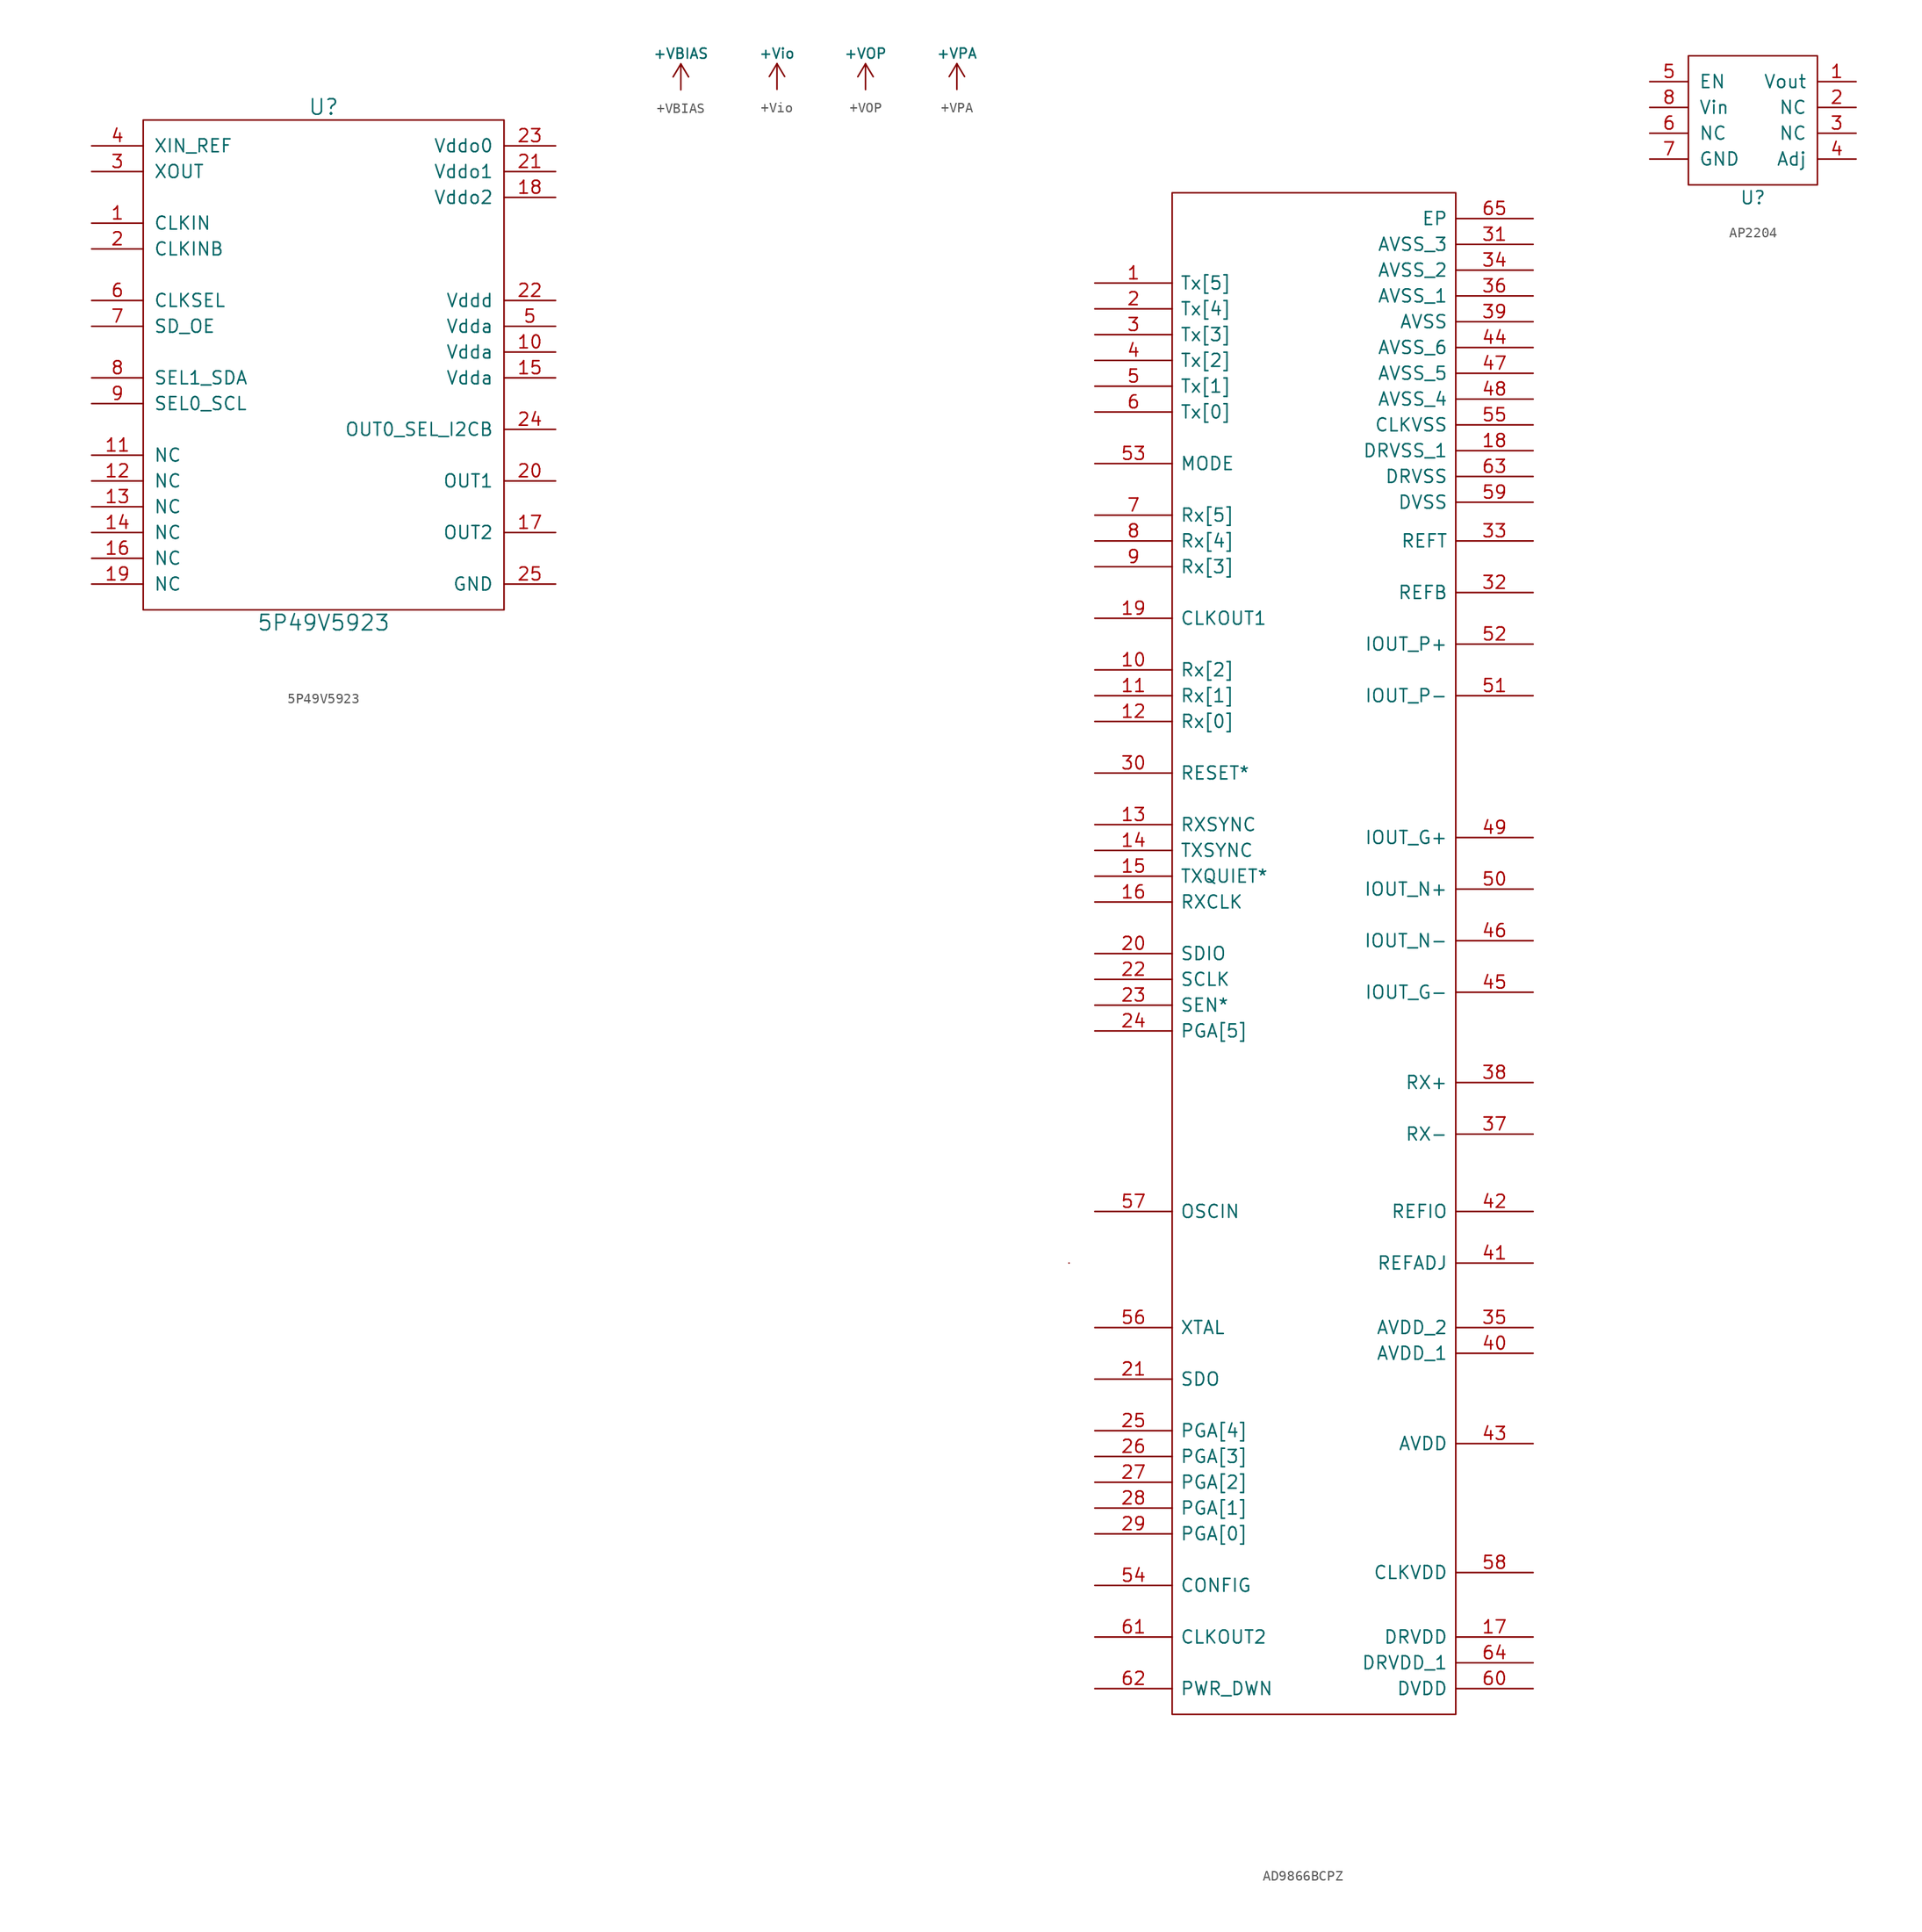
<source format=kicad_sym>
(kicad_symbol_lib
  (version 20220914)
  (generator kicad_symbol_editor)
  (symbol "5P49V5923"
    (pin_names
      (offset 1.016))
    (property "Reference" "U"
      (at 0 49.53 0)
      (effects (font (size 1.524 1.524))))
    (property "Value" "5P49V5923"
      (at 0 -1.27 0)
      (effects (font (size 1.524 1.524))))
    (property "Footprint" ""
      (at 0 0 0)
      (effects (font (size 1.524 1.524))))
    (property "Datasheet" ""
      (at 0 0 0)
      (effects (font (size 1.524 1.524))))
    (symbol "5P49V5923_0_1"
      (rectangle (start -17.78 48.26) (end 17.78 0) (stroke (width 0) (type solid)) (fill (type none))))
    (symbol "5P49V5923_1_1"
      (pin input line (at -22.86 38.1 0) (length 5.08) (name "CLKIN" (effects (font (size 1.27 1.27)))) (number "1" (effects (font (size 1.27 1.27)))))
      (pin power_in line (at 22.86 25.4 180) (length 5.08) (name "Vdda" (effects (font (size 1.27 1.27)))) (number "10" (effects (font (size 1.27 1.27)))))
      (pin input line (at -22.86 15.24 0) (length 5.08) (name "NC" (effects (font (size 1.27 1.27)))) (number "11" (effects (font (size 1.27 1.27)))))
      (pin input line (at -22.86 12.7 0) (length 5.08) (name "NC" (effects (font (size 1.27 1.27)))) (number "12" (effects (font (size 1.27 1.27)))))
      (pin input line (at -22.86 10.16 0) (length 5.08) (name "NC" (effects (font (size 1.27 1.27)))) (number "13" (effects (font (size 1.27 1.27)))))
      (pin input line (at -22.86 7.62 0) (length 5.08) (name "NC" (effects (font (size 1.27 1.27)))) (number "14" (effects (font (size 1.27 1.27)))))
      (pin power_in line (at 22.86 22.86 180) (length 5.08) (name "Vdda" (effects (font (size 1.27 1.27)))) (number "15" (effects (font (size 1.27 1.27)))))
      (pin input line (at -22.86 5.08 0) (length 5.08) (name "NC" (effects (font (size 1.27 1.27)))) (number "16" (effects (font (size 1.27 1.27)))))
      (pin output line (at 22.86 7.62 180) (length 5.08) (name "OUT2" (effects (font (size 1.27 1.27)))) (number "17" (effects (font (size 1.27 1.27)))))
      (pin power_in line (at 22.86 40.64 180) (length 5.08) (name "Vddo2" (effects (font (size 1.27 1.27)))) (number "18" (effects (font (size 1.27 1.27)))))
      (pin input line (at -22.86 2.54 0) (length 5.08) (name "NC" (effects (font (size 1.27 1.27)))) (number "19" (effects (font (size 1.27 1.27)))))
      (pin input line (at -22.86 35.56 0) (length 5.08) (name "CLKINB" (effects (font (size 1.27 1.27)))) (number "2" (effects (font (size 1.27 1.27)))))
      (pin output line (at 22.86 12.7 180) (length 5.08) (name "OUT1" (effects (font (size 1.27 1.27)))) (number "20" (effects (font (size 1.27 1.27)))))
      (pin power_in line (at 22.86 43.18 180) (length 5.08) (name "Vddo1" (effects (font (size 1.27 1.27)))) (number "21" (effects (font (size 1.27 1.27)))))
      (pin power_in line (at 22.86 30.48 180) (length 5.08) (name "Vddd" (effects (font (size 1.27 1.27)))) (number "22" (effects (font (size 1.27 1.27)))))
      (pin power_in line (at 22.86 45.72 180) (length 5.08) (name "Vddo0" (effects (font (size 1.27 1.27)))) (number "23" (effects (font (size 1.27 1.27)))))
      (pin bidirectional line (at 22.86 17.78 180) (length 5.08) (name "OUT0_SEL_I2CB" (effects (font (size 1.27 1.27)))) (number "24" (effects (font (size 1.27 1.27)))))
      (pin power_in line (at 22.86 2.54 180) (length 5.08) (name "GND" (effects (font (size 1.27 1.27)))) (number "25" (effects (font (size 1.27 1.27)))))
      (pin input line (at -22.86 43.18 0) (length 5.08) (name "XOUT" (effects (font (size 1.27 1.27)))) (number "3" (effects (font (size 1.27 1.27)))))
      (pin input line (at -22.86 45.72 0) (length 5.08) (name "XIN_REF" (effects (font (size 1.27 1.27)))) (number "4" (effects (font (size 1.27 1.27)))))
      (pin power_in line (at 22.86 27.94 180) (length 5.08) (name "Vdda" (effects (font (size 1.27 1.27)))) (number "5" (effects (font (size 1.27 1.27)))))
      (pin input line (at -22.86 30.48 0) (length 5.08) (name "CLKSEL" (effects (font (size 1.27 1.27)))) (number "6" (effects (font (size 1.27 1.27)))))
      (pin input line (at -22.86 27.94 0) (length 5.08) (name "SD_OE" (effects (font (size 1.27 1.27)))) (number "7" (effects (font (size 1.27 1.27)))))
      (pin input line (at -22.86 22.86 0) (length 5.08) (name "SEL1_SDA" (effects (font (size 1.27 1.27)))) (number "8" (effects (font (size 1.27 1.27)))))
      (pin input line (at -22.86 20.32 0) (length 5.08) (name "SEL0_SCL" (effects (font (size 1.27 1.27)))) (number "9" (effects (font (size 1.27 1.27)))))))
  (symbol "+VBIAS"
    (power)
    (pin_names
      (offset 0))
    (property "Reference" "#PWR"
      (at 0 -3.81 0)
      (effects (font (size 1.27 1.27)) hide))
    (property "Value" "+VBIAS"
      (at 0 3.556 0)
      (effects (font (size 0.991 0.991))))
    (property "Footprint" ""
      (at 0 0 0)
      (effects (font (size 1.27 1.27))))
    (property "Datasheet" ""
      (at 0 0 0)
      (effects (font (size 1.27 1.27))))
    (symbol "+VBIAS_0_1"
      (polyline (pts (xy -0.762 1.27) (xy 0 2.54)) (stroke (width 0) (type solid)) (fill (type none)))
      (polyline (pts (xy 0 0) (xy 0 2.54)) (stroke (width 0) (type solid)) (fill (type none)))
      (polyline (pts (xy 0 2.54) (xy 0.762 1.27)) (stroke (width 0) (type solid)) (fill (type none))))
    (symbol "+VBIAS_1_1"
      (pin power_in line (at 0 0 90) (length 0) hide (name "+VBIAS" (effects (font (size 1.27 1.27)))) (number "1" (effects (font (size 1.27 1.27)))))))
  (symbol "+Vio"
    (power)
    (pin_names
      (offset 0))
    (property "Reference" "#PWR"
      (at 0 -3.81 0)
      (effects (font (size 1.27 1.27)) hide))
    (property "Value" "+Vio"
      (at 0 3.556 0)
      (effects (font (size 0.991 0.991))))
    (property "Footprint" ""
      (at 0 0 0)
      (effects (font (size 1.27 1.27))))
    (property "Datasheet" ""
      (at 0 0 0)
      (effects (font (size 1.27 1.27))))
    (symbol "+Vio_0_1"
      (polyline (pts (xy -0.762 1.27) (xy 0 2.54)) (stroke (width 0) (type solid)) (fill (type none)))
      (polyline (pts (xy 0 0) (xy 0 2.54)) (stroke (width 0) (type solid)) (fill (type none)))
      (polyline (pts (xy 0 2.54) (xy 0.762 1.27)) (stroke (width 0) (type solid)) (fill (type none))))
    (symbol "+Vio_1_1"
      (pin power_in line (at 0 0 90) (length 0) hide (name "+IOV" (effects (font (size 1.27 1.27)))) (number "1" (effects (font (size 1.27 1.27)))))))
  (symbol "+VOP"
    (power)
    (pin_names
      (offset 0))
    (property "Reference" "#PWR"
      (at 0 -3.81 0)
      (effects (font (size 1.27 1.27)) hide))
    (property "Value" "+VOP"
      (at 0 3.556 0)
      (effects (font (size 0.991 0.991))))
    (property "Footprint" ""
      (at 0 0 0)
      (effects (font (size 1.27 1.27))))
    (property "Datasheet" ""
      (at 0 0 0)
      (effects (font (size 1.27 1.27))))
    (symbol "+VOP_0_1"
      (polyline (pts (xy -0.762 1.27) (xy 0 2.54)) (stroke (width 0) (type solid)) (fill (type none)))
      (polyline (pts (xy 0 0) (xy 0 2.54)) (stroke (width 0) (type solid)) (fill (type none)))
      (polyline (pts (xy 0 2.54) (xy 0.762 1.27)) (stroke (width 0) (type solid)) (fill (type none))))
    (symbol "+VOP_1_1"
      (pin power_in line (at 0 0 90) (length 0) hide (name "+VOP" (effects (font (size 1.27 1.27)))) (number "1" (effects (font (size 1.27 1.27)))))))
  (symbol "+VPA"
    (power)
    (pin_names
      (offset 0))
    (property "Reference" "#PWR"
      (at 0 -3.81 0)
      (effects (font (size 1.27 1.27)) hide))
    (property "Value" "+VPA"
      (at 0 3.556 0)
      (effects (font (size 0.991 0.991))))
    (property "Footprint" ""
      (at 0 0 0)
      (effects (font (size 1.27 1.27))))
    (property "Datasheet" ""
      (at 0 0 0)
      (effects (font (size 1.27 1.27))))
    (symbol "+VPA_0_1"
      (polyline (pts (xy -0.762 1.27) (xy 0 2.54)) (stroke (width 0) (type solid)) (fill (type none)))
      (polyline (pts (xy 0 0) (xy 0 2.54)) (stroke (width 0) (type solid)) (fill (type none)))
      (polyline (pts (xy 0 2.54) (xy 0.762 1.27)) (stroke (width 0) (type solid)) (fill (type none))))
    (symbol "+VPA_1_1"
      (pin power_in line (at 0 0 90) (length 0) hide (name "+VPA" (effects (font (size 1.27 1.27)))) (number "1" (effects (font (size 1.27 1.27)))))))
  (symbol "AD9866BCPZ"
    (pin_names
      (offset 0.762))
    (property "Reference" "U"
      (at 7.62 0 0)
      (effects (font (size 0 0))))
    (property "Value" "AD9866BCPZ"
      (at 7.62 0 0)
      (effects (font (size 0 0))))
    (property "Footprint" ""
      (at 7.62 0 0)
      (effects (font (size 1.524 1.524))))
    (property "Datasheet" ""
      (at 7.62 0 0)
      (effects (font (size 1.524 1.524))))
    (symbol "AD9866BCPZ_0_1"
      (rectangle (start 6.35 -102.87) (end 6.35 -102.87) (stroke (width 0) (type solid)) (fill (type none)))
      (rectangle (start 44.45 -147.32) (end 16.51 2.54) (stroke (width 0) (type solid)) (fill (type none))))
    (symbol "AD9866BCPZ_1_1"
      (pin input line (at 8.89 -6.35 0) (length 7.62) (name "Tx[5]" (effects (font (size 1.27 1.27)))) (number "1" (effects (font (size 1.27 1.27)))))
      (pin output line (at 8.89 -44.45 0) (length 7.62) (name "Rx[2]" (effects (font (size 1.27 1.27)))) (number "10" (effects (font (size 1.27 1.27)))))
      (pin output line (at 8.89 -46.99 0) (length 7.62) (name "Rx[1]" (effects (font (size 1.27 1.27)))) (number "11" (effects (font (size 1.27 1.27)))))
      (pin output line (at 8.89 -49.53 0) (length 7.62) (name "Rx[0]" (effects (font (size 1.27 1.27)))) (number "12" (effects (font (size 1.27 1.27)))))
      (pin output line (at 8.89 -59.69 0) (length 7.62) (name "RXSYNC" (effects (font (size 1.27 1.27)))) (number "13" (effects (font (size 1.27 1.27)))))
      (pin input line (at 8.89 -62.23 0) (length 7.62) (name "TXSYNC" (effects (font (size 1.27 1.27)))) (number "14" (effects (font (size 1.27 1.27)))))
      (pin input line (at 8.89 -64.77 0) (length 7.62) (name "TXQUIET*" (effects (font (size 1.27 1.27)))) (number "15" (effects (font (size 1.27 1.27)))))
      (pin input line (at 8.89 -67.31 0) (length 7.62) (name "RXCLK" (effects (font (size 1.27 1.27)))) (number "16" (effects (font (size 1.27 1.27)))))
      (pin power_in line (at 52.07 -139.7 180) (length 7.62) (name "DRVDD" (effects (font (size 1.27 1.27)))) (number "17" (effects (font (size 1.27 1.27)))))
      (pin unspecified line (at 52.07 -22.86 180) (length 7.62) (name "DRVSS_1" (effects (font (size 1.27 1.27)))) (number "18" (effects (font (size 1.27 1.27)))))
      (pin output line (at 8.89 -39.37 0) (length 7.62) (name "CLKOUT1" (effects (font (size 1.27 1.27)))) (number "19" (effects (font (size 1.27 1.27)))))
      (pin input line (at 8.89 -8.89 0) (length 7.62) (name "Tx[4]" (effects (font (size 1.27 1.27)))) (number "2" (effects (font (size 1.27 1.27)))))
      (pin unspecified line (at 8.89 -72.39 0) (length 7.62) (name "SDIO" (effects (font (size 1.27 1.27)))) (number "20" (effects (font (size 1.27 1.27)))))
      (pin unspecified line (at 8.89 -114.3 0) (length 7.62) (name "SDO" (effects (font (size 1.27 1.27)))) (number "21" (effects (font (size 1.27 1.27)))))
      (pin unspecified line (at 8.89 -74.93 0) (length 7.62) (name "SCLK" (effects (font (size 1.27 1.27)))) (number "22" (effects (font (size 1.27 1.27)))))
      (pin unspecified line (at 8.89 -77.47 0) (length 7.62) (name "SEN*" (effects (font (size 1.27 1.27)))) (number "23" (effects (font (size 1.27 1.27)))))
      (pin input line (at 8.89 -80.01 0) (length 7.62) (name "PGA[5]" (effects (font (size 1.27 1.27)))) (number "24" (effects (font (size 1.27 1.27)))))
      (pin input line (at 8.89 -119.38 0) (length 7.62) (name "PGA[4]" (effects (font (size 1.27 1.27)))) (number "25" (effects (font (size 1.27 1.27)))))
      (pin input line (at 8.89 -121.92 0) (length 7.62) (name "PGA[3]" (effects (font (size 1.27 1.27)))) (number "26" (effects (font (size 1.27 1.27)))))
      (pin input line (at 8.89 -124.46 0) (length 7.62) (name "PGA[2]" (effects (font (size 1.27 1.27)))) (number "27" (effects (font (size 1.27 1.27)))))
      (pin input line (at 8.89 -127 0) (length 7.62) (name "PGA[1]" (effects (font (size 1.27 1.27)))) (number "28" (effects (font (size 1.27 1.27)))))
      (pin input line (at 8.89 -129.54 0) (length 7.62) (name "PGA[0]" (effects (font (size 1.27 1.27)))) (number "29" (effects (font (size 1.27 1.27)))))
      (pin input line (at 8.89 -11.43 0) (length 7.62) (name "Tx[3]" (effects (font (size 1.27 1.27)))) (number "3" (effects (font (size 1.27 1.27)))))
      (pin unspecified line (at 8.89 -54.61 0) (length 7.62) (name "RESET*" (effects (font (size 1.27 1.27)))) (number "30" (effects (font (size 1.27 1.27)))))
      (pin unspecified line (at 52.07 -2.54 180) (length 7.62) (name "AVSS_3" (effects (font (size 1.27 1.27)))) (number "31" (effects (font (size 1.27 1.27)))))
      (pin unspecified line (at 52.07 -36.83 180) (length 7.62) (name "REFB" (effects (font (size 1.27 1.27)))) (number "32" (effects (font (size 1.27 1.27)))))
      (pin unspecified line (at 52.07 -31.75 180) (length 7.62) (name "REFT" (effects (font (size 1.27 1.27)))) (number "33" (effects (font (size 1.27 1.27)))))
      (pin unspecified line (at 52.07 -5.08 180) (length 7.62) (name "AVSS_2" (effects (font (size 1.27 1.27)))) (number "34" (effects (font (size 1.27 1.27)))))
      (pin power_in line (at 52.07 -109.22 180) (length 7.62) (name "AVDD_2" (effects (font (size 1.27 1.27)))) (number "35" (effects (font (size 1.27 1.27)))))
      (pin unspecified line (at 52.07 -7.62 180) (length 7.62) (name "AVSS_1" (effects (font (size 1.27 1.27)))) (number "36" (effects (font (size 1.27 1.27)))))
      (pin unspecified line (at 52.07 -90.17 180) (length 7.62) (name "RX-" (effects (font (size 1.27 1.27)))) (number "37" (effects (font (size 1.27 1.27)))))
      (pin unspecified line (at 52.07 -85.09 180) (length 7.62) (name "RX+" (effects (font (size 1.27 1.27)))) (number "38" (effects (font (size 1.27 1.27)))))
      (pin unspecified line (at 52.07 -10.16 180) (length 7.62) (name "AVSS" (effects (font (size 1.27 1.27)))) (number "39" (effects (font (size 1.27 1.27)))))
      (pin input line (at 8.89 -13.97 0) (length 7.62) (name "Tx[2]" (effects (font (size 1.27 1.27)))) (number "4" (effects (font (size 1.27 1.27)))))
      (pin power_in line (at 52.07 -111.76 180) (length 7.62) (name "AVDD_1" (effects (font (size 1.27 1.27)))) (number "40" (effects (font (size 1.27 1.27)))))
      (pin unspecified line (at 52.07 -102.87 180) (length 7.62) (name "REFADJ" (effects (font (size 1.27 1.27)))) (number "41" (effects (font (size 1.27 1.27)))))
      (pin unspecified line (at 52.07 -97.79 180) (length 7.62) (name "REFIO" (effects (font (size 1.27 1.27)))) (number "42" (effects (font (size 1.27 1.27)))))
      (pin power_in line (at 52.07 -120.65 180) (length 7.62) (name "AVDD" (effects (font (size 1.27 1.27)))) (number "43" (effects (font (size 1.27 1.27)))))
      (pin unspecified line (at 52.07 -12.7 180) (length 7.62) (name "AVSS_6" (effects (font (size 1.27 1.27)))) (number "44" (effects (font (size 1.27 1.27)))))
      (pin unspecified line (at 52.07 -76.2 180) (length 7.62) (name "IOUT_G-" (effects (font (size 1.27 1.27)))) (number "45" (effects (font (size 1.27 1.27)))))
      (pin unspecified line (at 52.07 -71.12 180) (length 7.62) (name "IOUT_N-" (effects (font (size 1.27 1.27)))) (number "46" (effects (font (size 1.27 1.27)))))
      (pin unspecified line (at 52.07 -15.24 180) (length 7.62) (name "AVSS_5" (effects (font (size 1.27 1.27)))) (number "47" (effects (font (size 1.27 1.27)))))
      (pin unspecified line (at 52.07 -17.78 180) (length 7.62) (name "AVSS_4" (effects (font (size 1.27 1.27)))) (number "48" (effects (font (size 1.27 1.27)))))
      (pin unspecified line (at 52.07 -60.96 180) (length 7.62) (name "IOUT_G+" (effects (font (size 1.27 1.27)))) (number "49" (effects (font (size 1.27 1.27)))))
      (pin input line (at 8.89 -16.51 0) (length 7.62) (name "Tx[1]" (effects (font (size 1.27 1.27)))) (number "5" (effects (font (size 1.27 1.27)))))
      (pin unspecified line (at 52.07 -66.04 180) (length 7.62) (name "IOUT_N+" (effects (font (size 1.27 1.27)))) (number "50" (effects (font (size 1.27 1.27)))))
      (pin unspecified line (at 52.07 -46.99 180) (length 7.62) (name "IOUT_P-" (effects (font (size 1.27 1.27)))) (number "51" (effects (font (size 1.27 1.27)))))
      (pin unspecified line (at 52.07 -41.91 180) (length 7.62) (name "IOUT_P+" (effects (font (size 1.27 1.27)))) (number "52" (effects (font (size 1.27 1.27)))))
      (pin unspecified line (at 8.89 -24.13 0) (length 7.62) (name "MODE" (effects (font (size 1.27 1.27)))) (number "53" (effects (font (size 1.27 1.27)))))
      (pin unspecified line (at 8.89 -134.62 0) (length 7.62) (name "CONFIG" (effects (font (size 1.27 1.27)))) (number "54" (effects (font (size 1.27 1.27)))))
      (pin unspecified line (at 52.07 -20.32 180) (length 7.62) (name "CLKVSS" (effects (font (size 1.27 1.27)))) (number "55" (effects (font (size 1.27 1.27)))))
      (pin unspecified line (at 8.89 -109.22 0) (length 7.62) (name "XTAL" (effects (font (size 1.27 1.27)))) (number "56" (effects (font (size 1.27 1.27)))))
      (pin unspecified line (at 8.89 -97.79 0) (length 7.62) (name "OSCIN" (effects (font (size 1.27 1.27)))) (number "57" (effects (font (size 1.27 1.27)))))
      (pin power_in line (at 52.07 -133.35 180) (length 7.62) (name "CLKVDD" (effects (font (size 1.27 1.27)))) (number "58" (effects (font (size 1.27 1.27)))))
      (pin unspecified line (at 52.07 -27.94 180) (length 7.62) (name "DVSS" (effects (font (size 1.27 1.27)))) (number "59" (effects (font (size 1.27 1.27)))))
      (pin input line (at 8.89 -19.05 0) (length 7.62) (name "Tx[0]" (effects (font (size 1.27 1.27)))) (number "6" (effects (font (size 1.27 1.27)))))
      (pin power_in line (at 52.07 -144.78 180) (length 7.62) (name "DVDD" (effects (font (size 1.27 1.27)))) (number "60" (effects (font (size 1.27 1.27)))))
      (pin unspecified line (at 8.89 -139.7 0) (length 7.62) (name "CLKOUT2" (effects (font (size 1.27 1.27)))) (number "61" (effects (font (size 1.27 1.27)))))
      (pin unspecified line (at 8.89 -144.78 0) (length 7.62) (name "PWR_DWN" (effects (font (size 1.27 1.27)))) (number "62" (effects (font (size 1.27 1.27)))))
      (pin unspecified line (at 52.07 -25.4 180) (length 7.62) (name "DRVSS" (effects (font (size 1.27 1.27)))) (number "63" (effects (font (size 1.27 1.27)))))
      (pin power_in line (at 52.07 -142.24 180) (length 7.62) (name "DRVDD_1" (effects (font (size 1.27 1.27)))) (number "64" (effects (font (size 1.27 1.27)))))
      (pin unspecified line (at 52.07 0 180) (length 7.62) (name "EP" (effects (font (size 1.27 1.27)))) (number "65" (effects (font (size 1.27 1.27)))))
      (pin output line (at 8.89 -29.21 0) (length 7.62) (name "Rx[5]" (effects (font (size 1.27 1.27)))) (number "7" (effects (font (size 1.27 1.27)))))
      (pin output line (at 8.89 -31.75 0) (length 7.62) (name "Rx[4]" (effects (font (size 1.27 1.27)))) (number "8" (effects (font (size 1.27 1.27)))))
      (pin output line (at 8.89 -34.29 0) (length 7.62) (name "Rx[3]" (effects (font (size 1.27 1.27)))) (number "9" (effects (font (size 1.27 1.27)))))))
  (symbol "AP2204"
    (pin_names
      (offset 1.016))
    (property "Reference" "U"
      (at 0 -7.62 0)
      (effects (font (size 1.27 1.27))))
    (symbol "AP2204_0_1"
      (rectangle (start -6.35 6.35) (end 6.35 -6.35) (stroke (width 0) (type solid)) (fill (type none))))
    (symbol "AP2204_1_1"
      (pin power_out line (at 10.16 3.81 180) (length 3.81) (name "Vout" (effects (font (size 1.27 1.27)))) (number "1" (effects (font (size 1.27 1.27)))))
      (pin input line (at 10.16 1.27 180) (length 3.81) (name "NC" (effects (font (size 1.27 1.27)))) (number "2" (effects (font (size 1.27 1.27)))))
      (pin input line (at 10.16 -1.27 180) (length 3.81) (name "NC" (effects (font (size 1.27 1.27)))) (number "3" (effects (font (size 1.27 1.27)))))
      (pin input line (at 10.16 -3.81 180) (length 3.81) (name "Adj" (effects (font (size 1.27 1.27)))) (number "4" (effects (font (size 1.27 1.27)))))
      (pin input line (at -10.16 3.81 0) (length 3.81) (name "EN" (effects (font (size 1.27 1.27)))) (number "5" (effects (font (size 1.27 1.27)))))
      (pin input line (at -10.16 -1.27 0) (length 3.81) (name "NC" (effects (font (size 1.27 1.27)))) (number "6" (effects (font (size 1.27 1.27)))))
      (pin power_in line (at -10.16 -3.81 0) (length 3.81) (name "GND" (effects (font (size 1.27 1.27)))) (number "7" (effects (font (size 1.27 1.27)))))
      (pin power_in line (at -10.16 1.27 0) (length 3.81) (name "Vin" (effects (font (size 1.27 1.27)))) (number "8" (effects (font (size 1.27 1.27))))))))
</source>
